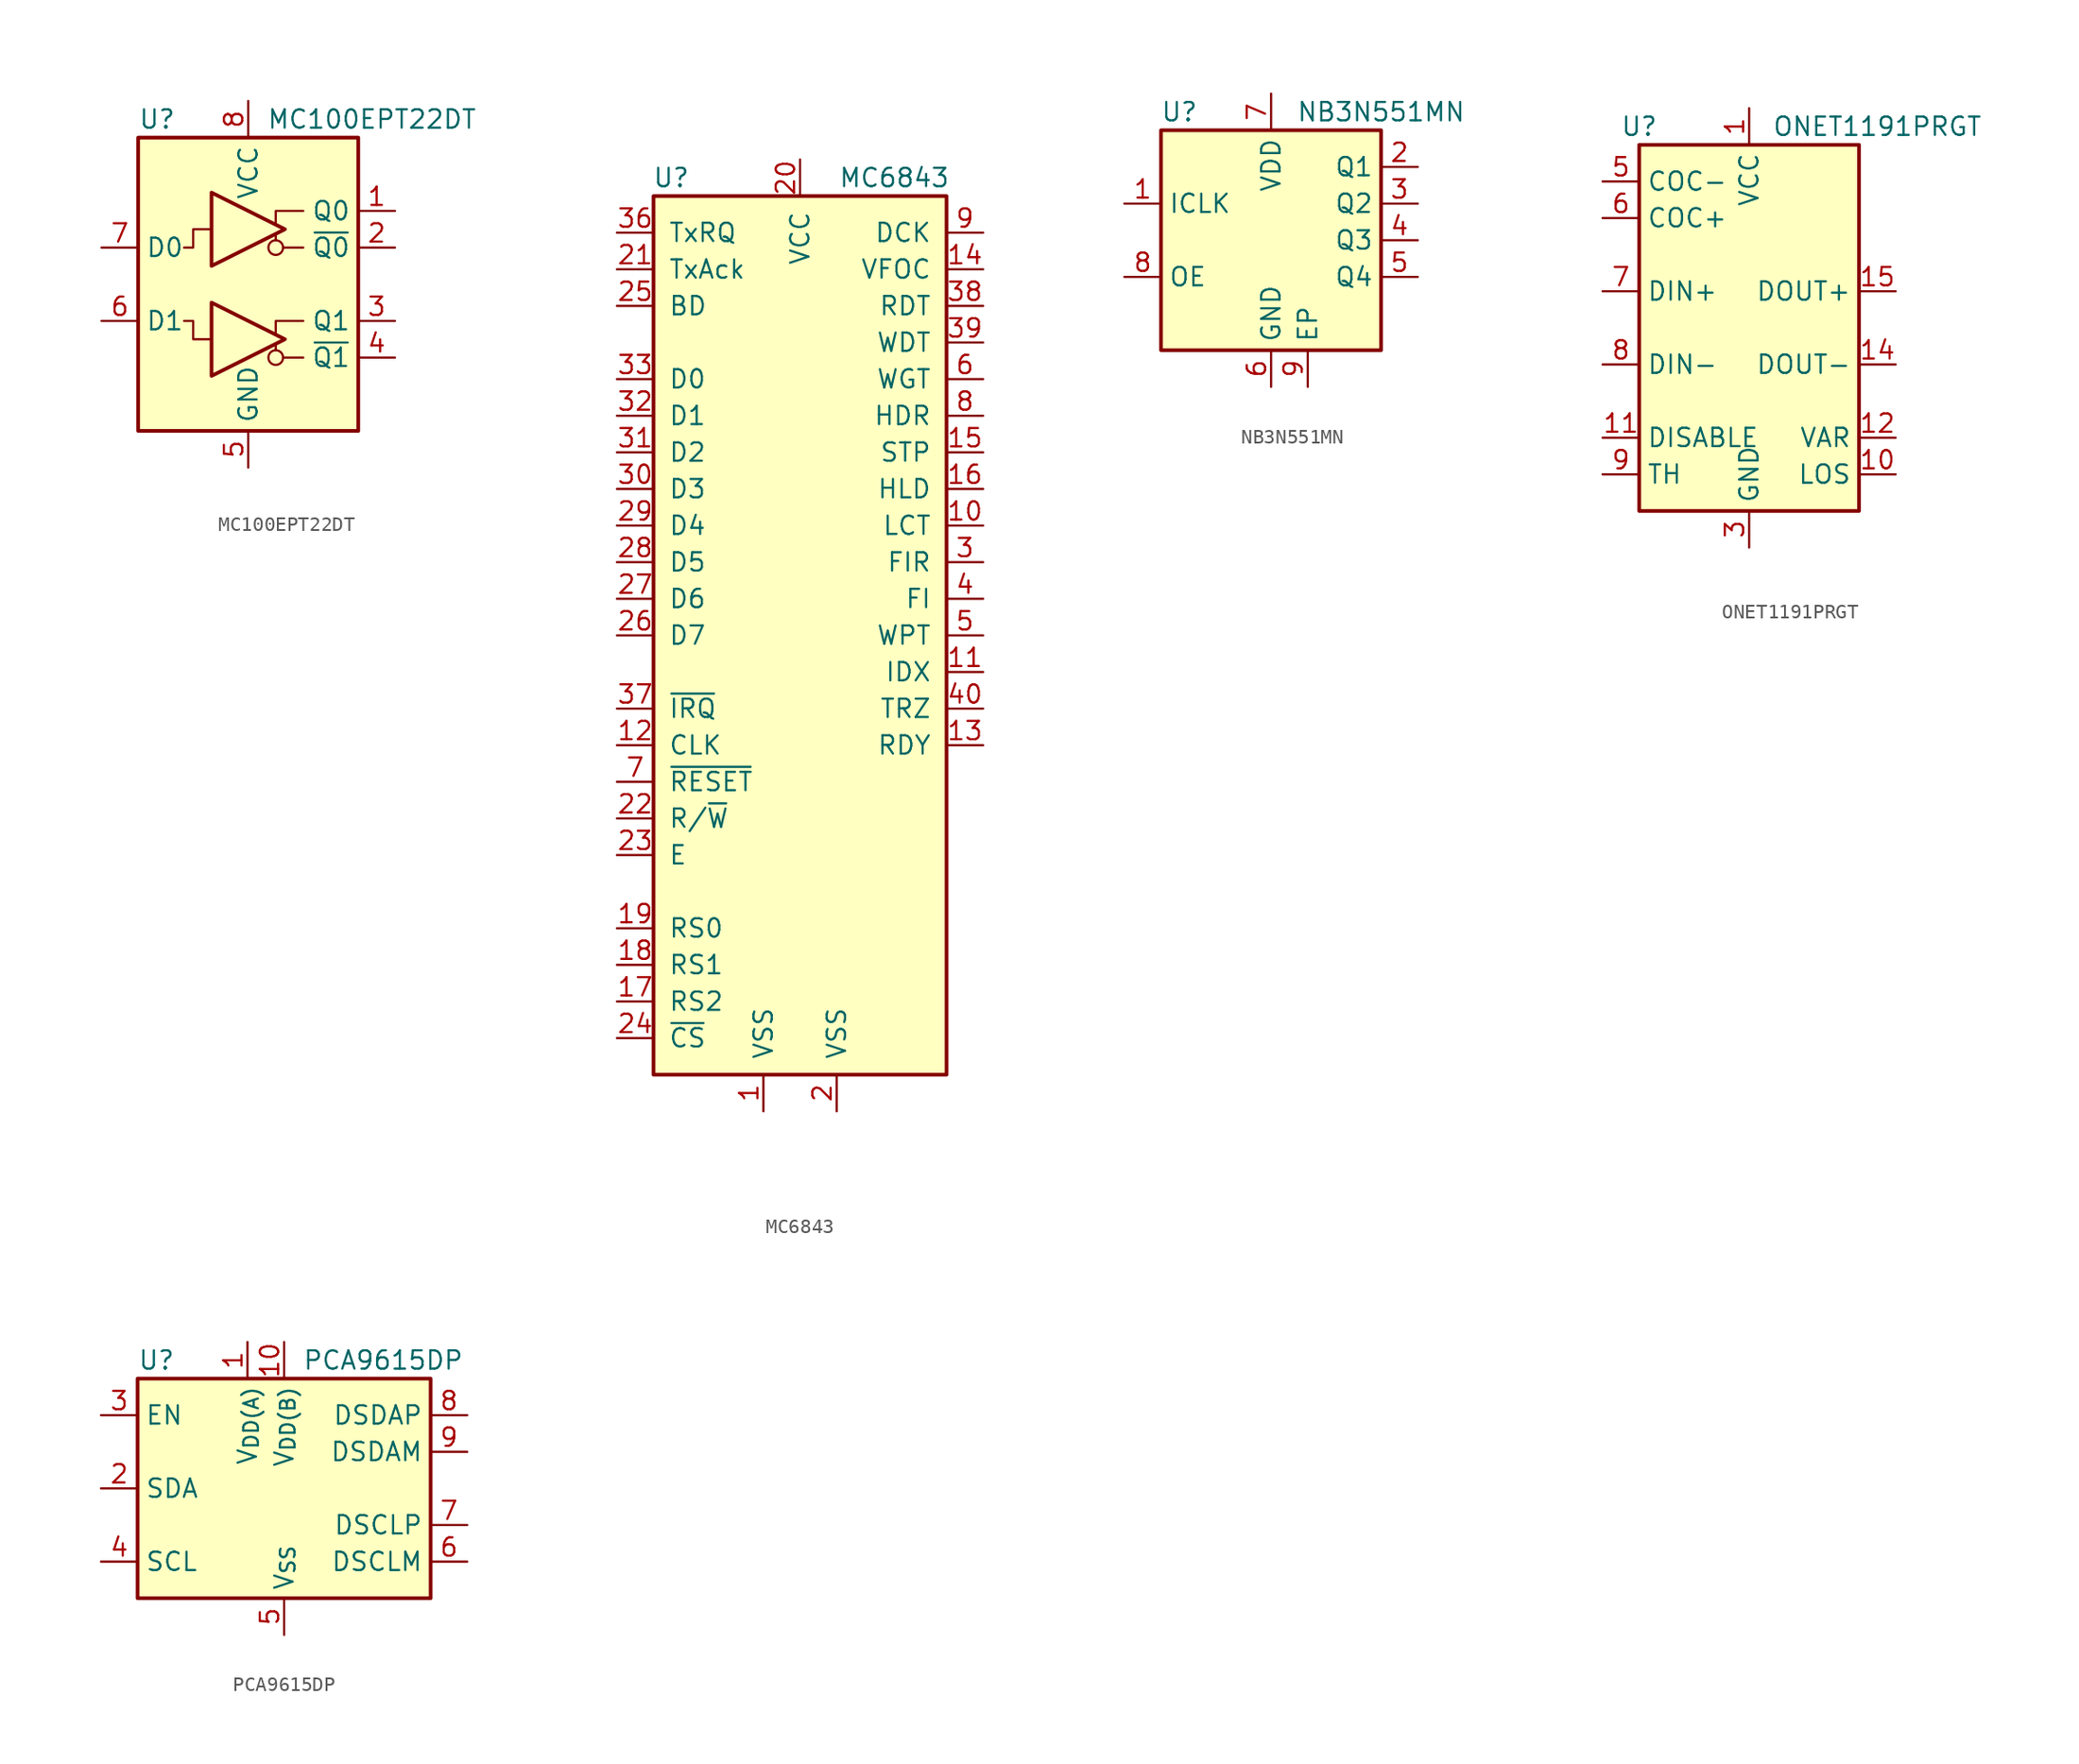
<source format=kicad_sym>
(kicad_symbol_lib
  (version 20241209)
  (generator "kicad_symbol_editor")
  (generator_version "9.0")
  (symbol "MC100EPT22DT"
    (property "Reference" "U"
      (at -7.62 11.43 0)
      (effects (font (size 1.27 1.27)) (justify left)))
    (property "Value" "MC100EPT22DT"
      (at 1.27 11.43 0)
      (effects (font (size 1.27 1.27)) (justify left)))
    (symbol "MC100EPT22DT_0_1"
      (polyline (pts (xy 1.905 3.048) (xy 1.905 3.429)) (stroke (width 0) (type default)) (fill (type none)))
      (polyline (pts (xy 1.905 -4.572) (xy 1.905 -4.191)) (stroke (width 0) (type default)) (fill (type none))))
    (symbol "MC100EPT22DT_1_0"
      (rectangle (start -7.62 10.16) (end 7.62 -10.16) (stroke (width 0.254) (type default)) (fill (type background)))
      (polyline (pts (xy -2.54 3.81) (xy -3.81 3.81) (xy -3.81 2.54) (xy -4.445 2.54)) (stroke (width 0) (type default)) (fill (type none)))
      (polyline (pts (xy -2.54 -3.81) (xy -3.81 -3.81) (xy -3.81 -2.54) (xy -4.445 -2.54)) (stroke (width 0) (type default)) (fill (type none)))
      (polyline (pts (xy 1.905 4.191) (xy 1.905 5.08) (xy 3.81 5.08)) (stroke (width 0) (type default)) (fill (type none)))
      (circle (center 1.905 2.54) (radius 0.508) (stroke (width 0) (type default)) (fill (type none)))
      (polyline (pts (xy 1.905 -3.429) (xy 1.905 -2.54) (xy 3.81 -2.54)) (stroke (width 0) (type default)) (fill (type none)))
      (circle (center 1.905 -5.08) (radius 0.508) (stroke (width 0) (type default)) (fill (type none)))
      (polyline (pts (xy 3.81 2.54) (xy 2.413 2.54)) (stroke (width 0) (type default)) (fill (type none)))
      (polyline (pts (xy 3.81 -5.08) (xy 2.413 -5.08)) (stroke (width 0) (type default)) (fill (type none))))
    (symbol "MC100EPT22DT_1_1"
      (polyline (pts (xy -2.54 6.35) (xy -2.54 1.27) (xy 2.54 3.81) (xy -2.54 6.35)) (stroke (width 0.254) (type default)) (fill (type none)))
      (polyline (pts (xy -2.54 -1.27) (xy -2.54 -6.35) (xy 2.54 -3.81) (xy -2.54 -1.27)) (stroke (width 0.254) (type default)) (fill (type none)))
      (pin input line (at -10.16 2.54 0) (length 2.54) (name "D0" (effects (font (size 1.27 1.27)))) (number "7" (effects (font (size 1.27 1.27)))))
      (pin input line (at -10.16 -2.54 0) (length 2.54) (name "D1" (effects (font (size 1.27 1.27)))) (number "6" (effects (font (size 1.27 1.27)))))
      (pin power_in line (at 0 12.7 270) (length 2.54) (name "VCC" (effects (font (size 1.27 1.27)))) (number "8" (effects (font (size 1.27 1.27)))))
      (pin power_in line (at 0 -12.7 90) (length 2.54) (name "GND" (effects (font (size 1.27 1.27)))) (number "5" (effects (font (size 1.27 1.27)))))
      (pin output line (at 10.16 5.08 180) (length 2.54) (name "Q0" (effects (font (size 1.27 1.27)))) (number "1" (effects (font (size 1.27 1.27)))))
      (pin output line (at 10.16 2.54 180) (length 2.54) (name "~{Q0}" (effects (font (size 1.27 1.27)))) (number "2" (effects (font (size 1.27 1.27)))))
      (pin output line (at 10.16 -2.54 180) (length 2.54) (name "Q1" (effects (font (size 1.27 1.27)))) (number "3" (effects (font (size 1.27 1.27)))))
      (pin output line (at 10.16 -5.08 180) (length 2.54) (name "~{Q1}" (effects (font (size 1.27 1.27)))) (number "4" (effects (font (size 1.27 1.27)))))))
  (symbol "MC6843"
    (pin_names
      (offset 1.016))
    (property "Reference" "U"
      (at -7.62 34.29 0)
      (effects (font (size 1.27 1.27)) (justify right)))
    (property "Value" "MC6843"
      (at 10.414 34.29 0)
      (effects (font (size 1.27 1.27)) (justify right)))
    (symbol "MC6843_0_1"
      (rectangle (start -10.16 -27.94) (end 10.16 33.02) (stroke (width 0.254) (type default)) (fill (type background))))
    (symbol "MC6843_1_1"
      (pin output line (at -12.7 30.48 0) (length 2.54) (name "TxRQ" (effects (font (size 1.27 1.27)))) (number "36" (effects (font (size 1.27 1.27)))))
      (pin input line (at -12.7 27.94 0) (length 2.54) (name "TxAck" (effects (font (size 1.27 1.27)))) (number "21" (effects (font (size 1.27 1.27)))))
      (pin output line (at -12.7 25.4 0) (length 2.54) (name "BD" (effects (font (size 1.27 1.27)))) (number "25" (effects (font (size 1.27 1.27)))))
      (pin bidirectional line (at -12.7 20.32 0) (length 2.54) (name "D0" (effects (font (size 1.27 1.27)))) (number "33" (effects (font (size 1.27 1.27)))))
      (pin bidirectional line (at -12.7 17.78 0) (length 2.54) (name "D1" (effects (font (size 1.27 1.27)))) (number "32" (effects (font (size 1.27 1.27)))))
      (pin bidirectional line (at -12.7 15.24 0) (length 2.54) (name "D2" (effects (font (size 1.27 1.27)))) (number "31" (effects (font (size 1.27 1.27)))))
      (pin bidirectional line (at -12.7 12.7 0) (length 2.54) (name "D3" (effects (font (size 1.27 1.27)))) (number "30" (effects (font (size 1.27 1.27)))))
      (pin bidirectional line (at -12.7 10.16 0) (length 2.54) (name "D4" (effects (font (size 1.27 1.27)))) (number "29" (effects (font (size 1.27 1.27)))))
      (pin bidirectional line (at -12.7 7.62 0) (length 2.54) (name "D5" (effects (font (size 1.27 1.27)))) (number "28" (effects (font (size 1.27 1.27)))))
      (pin bidirectional line (at -12.7 5.08 0) (length 2.54) (name "D6" (effects (font (size 1.27 1.27)))) (number "27" (effects (font (size 1.27 1.27)))))
      (pin bidirectional line (at -12.7 2.54 0) (length 2.54) (name "D7" (effects (font (size 1.27 1.27)))) (number "26" (effects (font (size 1.27 1.27)))))
      (pin open_collector line (at -12.7 -2.54 0) (length 2.54) (name "~{IRQ}" (effects (font (size 1.27 1.27)))) (number "37" (effects (font (size 1.27 1.27)))))
      (pin input line (at -12.7 -5.08 0) (length 2.54) (name "CLK" (effects (font (size 1.27 1.27)))) (number "12" (effects (font (size 1.27 1.27)))))
      (pin input line (at -12.7 -7.62 0) (length 2.54) (name "~{RESET}" (effects (font (size 1.27 1.27)))) (number "7" (effects (font (size 1.27 1.27)))))
      (pin input line (at -12.7 -10.16 0) (length 2.54) (name "R/~{W}" (effects (font (size 1.27 1.27)))) (number "22" (effects (font (size 1.27 1.27)))))
      (pin input line (at -12.7 -12.7 0) (length 2.54) (name "E" (effects (font (size 1.27 1.27)))) (number "23" (effects (font (size 1.27 1.27)))))
      (pin input line (at -12.7 -17.78 0) (length 2.54) (name "RS0" (effects (font (size 1.27 1.27)))) (number "19" (effects (font (size 1.27 1.27)))))
      (pin input line (at -12.7 -20.32 0) (length 2.54) (name "RS1" (effects (font (size 1.27 1.27)))) (number "18" (effects (font (size 1.27 1.27)))))
      (pin input line (at -12.7 -22.86 0) (length 2.54) (name "RS2" (effects (font (size 1.27 1.27)))) (number "17" (effects (font (size 1.27 1.27)))))
      (pin input line (at -12.7 -25.4 0) (length 2.54) (name "~{CS}" (effects (font (size 1.27 1.27)))) (number "24" (effects (font (size 1.27 1.27)))))
      (pin power_in line (at -2.54 -30.48 90) (length 2.54) (name "VSS" (effects (font (size 1.27 1.27)))) (number "1" (effects (font (size 1.27 1.27)))))
      (pin power_in line (at 0 35.56 270) (length 2.54) (name "VCC" (effects (font (size 1.27 1.27)))) (number "20" (effects (font (size 1.27 1.27)))))
      (pin power_in line (at 2.54 -30.48 90) (length 2.54) (name "VSS" (effects (font (size 1.27 1.27)))) (number "2" (effects (font (size 1.27 1.27)))))
      (pin no_connect line (at 10.16 -17.78 180) (length 2.54) (hide yes) (name "NC" (effects (font (size 1.27 1.27)))) (number "34" (effects (font (size 1.27 1.27)))))
      (pin no_connect line (at 10.16 -20.32 180) (length 2.54) (hide yes) (name "NC" (effects (font (size 1.27 1.27)))) (number "35" (effects (font (size 1.27 1.27)))))
      (pin input line (at 12.7 30.48 180) (length 2.54) (name "DCK" (effects (font (size 1.27 1.27)))) (number "9" (effects (font (size 1.27 1.27)))))
      (pin output line (at 12.7 27.94 180) (length 2.54) (name "VFOC" (effects (font (size 1.27 1.27)))) (number "14" (effects (font (size 1.27 1.27)))))
      (pin input line (at 12.7 25.4 180) (length 2.54) (name "RDT" (effects (font (size 1.27 1.27)))) (number "38" (effects (font (size 1.27 1.27)))))
      (pin output line (at 12.7 22.86 180) (length 2.54) (name "WDT" (effects (font (size 1.27 1.27)))) (number "39" (effects (font (size 1.27 1.27)))))
      (pin output line (at 12.7 20.32 180) (length 2.54) (name "WGT" (effects (font (size 1.27 1.27)))) (number "6" (effects (font (size 1.27 1.27)))))
      (pin output line (at 12.7 17.78 180) (length 2.54) (name "HDR" (effects (font (size 1.27 1.27)))) (number "8" (effects (font (size 1.27 1.27)))))
      (pin output line (at 12.7 15.24 180) (length 2.54) (name "STP" (effects (font (size 1.27 1.27)))) (number "15" (effects (font (size 1.27 1.27)))))
      (pin output line (at 12.7 12.7 180) (length 2.54) (name "HLD" (effects (font (size 1.27 1.27)))) (number "16" (effects (font (size 1.27 1.27)))))
      (pin output line (at 12.7 10.16 180) (length 2.54) (name "LCT" (effects (font (size 1.27 1.27)))) (number "10" (effects (font (size 1.27 1.27)))))
      (pin output line (at 12.7 7.62 180) (length 2.54) (name "FIR" (effects (font (size 1.27 1.27)))) (number "3" (effects (font (size 1.27 1.27)))))
      (pin input line (at 12.7 5.08 180) (length 2.54) (name "FI" (effects (font (size 1.27 1.27)))) (number "4" (effects (font (size 1.27 1.27)))))
      (pin input line (at 12.7 2.54 180) (length 2.54) (name "WPT" (effects (font (size 1.27 1.27)))) (number "5" (effects (font (size 1.27 1.27)))))
      (pin input line (at 12.7 0 180) (length 2.54) (name "IDX" (effects (font (size 1.27 1.27)))) (number "11" (effects (font (size 1.27 1.27)))))
      (pin input line (at 12.7 -2.54 180) (length 2.54) (name "TRZ" (effects (font (size 1.27 1.27)))) (number "40" (effects (font (size 1.27 1.27)))))
      (pin input line (at 12.7 -5.08 180) (length 2.54) (name "RDY" (effects (font (size 1.27 1.27)))) (number "13" (effects (font (size 1.27 1.27)))))))
  (symbol "NB3N551MN"
    (property "Reference" "U"
      (at -6.35 8.89 0)
      (effects (font (size 1.27 1.27))))
    (property "Value" "NB3N551MN"
      (at 7.62 8.89 0)
      (effects (font (size 1.27 1.27))))
    (symbol "NB3N551MN_0_1"
      (rectangle (start -7.62 7.62) (end 7.62 -7.62) (stroke (width 0.254) (type default)) (fill (type background))))
    (symbol "NB3N551MN_1_1"
      (pin input line (at -10.16 2.54 0) (length 2.54) (name "ICLK" (effects (font (size 1.27 1.27)))) (number "1" (effects (font (size 1.27 1.27)))))
      (pin input line (at -10.16 -2.54 0) (length 2.54) (name "OE" (effects (font (size 1.27 1.27)))) (number "8" (effects (font (size 1.27 1.27)))))
      (pin power_in line (at 0 10.16 270) (length 2.54) (name "VDD" (effects (font (size 1.27 1.27)))) (number "7" (effects (font (size 1.27 1.27)))))
      (pin power_in line (at 0 -10.16 90) (length 2.54) (name "GND" (effects (font (size 1.27 1.27)))) (number "6" (effects (font (size 1.27 1.27)))))
      (pin passive line (at 2.54 -10.16 90) (length 2.54) (name "EP" (effects (font (size 1.27 1.27)))) (number "9" (effects (font (size 1.27 1.27)))))
      (pin output line (at 10.16 5.08 180) (length 2.54) (name "Q1" (effects (font (size 1.27 1.27)))) (number "2" (effects (font (size 1.27 1.27)))))
      (pin output line (at 10.16 2.54 180) (length 2.54) (name "Q2" (effects (font (size 1.27 1.27)))) (number "3" (effects (font (size 1.27 1.27)))))
      (pin output line (at 10.16 0 180) (length 2.54) (name "Q3" (effects (font (size 1.27 1.27)))) (number "4" (effects (font (size 1.27 1.27)))))
      (pin output line (at 10.16 -2.54 180) (length 2.54) (name "Q4" (effects (font (size 1.27 1.27)))) (number "5" (effects (font (size 1.27 1.27)))))))
  (symbol "ONET1191PRGT"
    (property "Reference" "U"
      (at -7.62 13.97 0)
      (effects (font (size 1.27 1.27))))
    (property "Value" "ONET1191PRGT"
      (at 8.89 13.97 0)
      (effects (font (size 1.27 1.27))))
    (symbol "ONET1191PRGT_0_1"
      (rectangle (start -7.62 12.7) (end 7.62 -12.7) (stroke (width 0.254) (type default)) (fill (type background))))
    (symbol "ONET1191PRGT_1_1"
      (pin passive line (at -10.16 10.16 0) (length 2.54) (name "COC-" (effects (font (size 1.27 1.27)))) (number "5" (effects (font (size 1.27 1.27)))))
      (pin passive line (at -10.16 7.62 0) (length 2.54) (name "COC+" (effects (font (size 1.27 1.27)))) (number "6" (effects (font (size 1.27 1.27)))))
      (pin input line (at -10.16 2.54 0) (length 2.54) (name "DIN+" (effects (font (size 1.27 1.27)))) (number "7" (effects (font (size 1.27 1.27)))))
      (pin input line (at -10.16 -2.54 0) (length 2.54) (name "DIN-" (effects (font (size 1.27 1.27)))) (number "8" (effects (font (size 1.27 1.27)))))
      (pin input line (at -10.16 -7.62 0) (length 2.54) (name "DISABLE" (effects (font (size 1.27 1.27)))) (number "11" (effects (font (size 1.27 1.27)))))
      (pin input line (at -10.16 -10.16 0) (length 2.54) (name "TH" (effects (font (size 1.27 1.27)))) (number "9" (effects (font (size 1.27 1.27)))))
      (pin power_in line (at 0 15.24 270) (length 2.54) (name "VCC" (effects (font (size 1.27 1.27)))) (number "1" (effects (font (size 1.27 1.27)))))
      (pin passive line (at 0 15.24 270) (length 2.54) (hide yes) (name "VCC" (effects (font (size 1.27 1.27)))) (number "2" (effects (font (size 1.27 1.27)))))
      (pin passive line (at 0 -15.24 90) (length 2.54) (hide yes) (name "GND" (effects (font (size 1.27 1.27)))) (number "13" (effects (font (size 1.27 1.27)))))
      (pin passive line (at 0 -15.24 90) (length 2.54) (hide yes) (name "GND" (effects (font (size 1.27 1.27)))) (number "16" (effects (font (size 1.27 1.27)))))
      (pin passive line (at 0 -15.24 90) (length 2.54) (hide yes) (name "GND" (effects (font (size 1.27 1.27)))) (number "17" (effects (font (size 1.27 1.27)))))
      (pin power_in line (at 0 -15.24 90) (length 2.54) (name "GND" (effects (font (size 1.27 1.27)))) (number "3" (effects (font (size 1.27 1.27)))))
      (pin passive line (at 0 -15.24 90) (length 2.54) (hide yes) (name "GND" (effects (font (size 1.27 1.27)))) (number "4" (effects (font (size 1.27 1.27)))))
      (pin output line (at 10.16 2.54 180) (length 2.54) (name "DOUT+" (effects (font (size 1.27 1.27)))) (number "15" (effects (font (size 1.27 1.27)))))
      (pin output line (at 10.16 -2.54 180) (length 2.54) (name "DOUT-" (effects (font (size 1.27 1.27)))) (number "14" (effects (font (size 1.27 1.27)))))
      (pin input line (at 10.16 -7.62 180) (length 2.54) (name "VAR" (effects (font (size 1.27 1.27)))) (number "12" (effects (font (size 1.27 1.27)))))
      (pin open_collector line (at 10.16 -10.16 180) (length 2.54) (name "LOS" (effects (font (size 1.27 1.27)))) (number "10" (effects (font (size 1.27 1.27)))))))
  (symbol "PCA9615DP"
    (property "Reference" "U"
      (at -10.16 8.89 0)
      (effects (font (size 1.27 1.27)) (justify left)))
    (property "Value" "PCA9615DP"
      (at 1.27 8.89 0)
      (effects (font (size 1.27 1.27)) (justify left)))
    (symbol "PCA9615DP_0_1"
      (rectangle (start -10.16 7.62) (end 10.16 -7.62) (stroke (width 0.254) (type default)) (fill (type background))))
    (symbol "PCA9615DP_1_1"
      (pin input line (at -12.7 5.08 0) (length 2.54) (name "EN" (effects (font (size 1.27 1.27)))) (number "3" (effects (font (size 1.27 1.27)))))
      (pin bidirectional line (at -12.7 0 0) (length 2.54) (name "SDA" (effects (font (size 1.27 1.27)))) (number "2" (effects (font (size 1.27 1.27)))))
      (pin bidirectional line (at -12.7 -5.08 0) (length 2.54) (name "SCL" (effects (font (size 1.27 1.27)))) (number "4" (effects (font (size 1.27 1.27)))))
      (pin power_in line (at -2.54 10.16 270) (length 2.54) (name "V_{DD(A)}" (effects (font (size 1.27 1.27)))) (number "1" (effects (font (size 1.27 1.27)))))
      (pin power_in line (at 0 10.16 270) (length 2.54) (name "V_{DD(B)}" (effects (font (size 1.27 1.27)))) (number "10" (effects (font (size 1.27 1.27)))))
      (pin power_in line (at 0 -10.16 90) (length 2.54) (name "V_{SS}" (effects (font (size 1.27 1.27)))) (number "5" (effects (font (size 1.27 1.27)))))
      (pin bidirectional line (at 12.7 5.08 180) (length 2.54) (name "DSDAP" (effects (font (size 1.27 1.27)))) (number "8" (effects (font (size 1.27 1.27)))))
      (pin bidirectional line (at 12.7 2.54 180) (length 2.54) (name "DSDAM" (effects (font (size 1.27 1.27)))) (number "9" (effects (font (size 1.27 1.27)))))
      (pin bidirectional line (at 12.7 -2.54 180) (length 2.54) (name "DSCLP" (effects (font (size 1.27 1.27)))) (number "7" (effects (font (size 1.27 1.27)))))
      (pin bidirectional line (at 12.7 -5.08 180) (length 2.54) (name "DSCLM" (effects (font (size 1.27 1.27)))) (number "6" (effects (font (size 1.27 1.27))))))))
</source>
